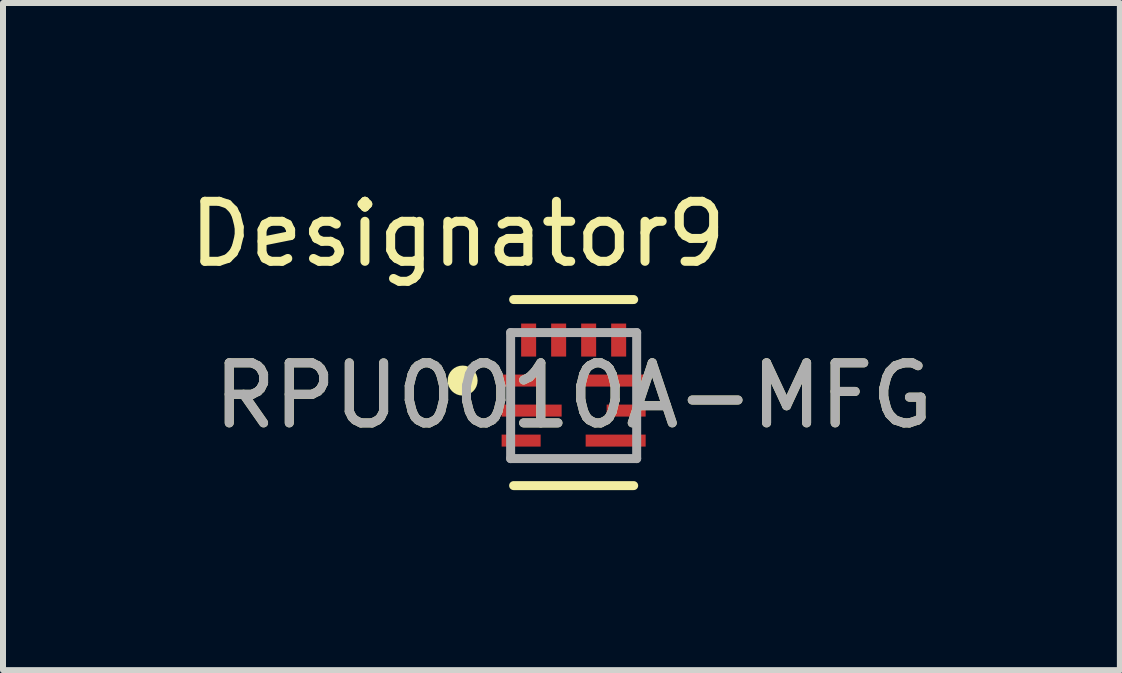
<source format=kicad_pcb>
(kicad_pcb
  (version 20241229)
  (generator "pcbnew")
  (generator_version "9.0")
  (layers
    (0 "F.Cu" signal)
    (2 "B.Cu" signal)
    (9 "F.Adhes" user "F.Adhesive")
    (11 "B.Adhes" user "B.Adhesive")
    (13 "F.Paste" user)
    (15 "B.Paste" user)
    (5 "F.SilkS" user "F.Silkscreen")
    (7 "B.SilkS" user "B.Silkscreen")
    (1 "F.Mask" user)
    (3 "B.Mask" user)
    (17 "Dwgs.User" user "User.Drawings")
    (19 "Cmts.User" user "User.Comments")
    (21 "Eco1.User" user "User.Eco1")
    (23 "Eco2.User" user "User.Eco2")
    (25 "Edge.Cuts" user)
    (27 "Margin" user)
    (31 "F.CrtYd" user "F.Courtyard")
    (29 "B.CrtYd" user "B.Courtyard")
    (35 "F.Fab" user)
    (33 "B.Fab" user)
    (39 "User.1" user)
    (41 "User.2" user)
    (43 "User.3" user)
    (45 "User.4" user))
  (footprint "RPU0010A-MFG"
    (layer "F.Cu")
    (at 6.508 3.541)
    (property "Reference" "RPU0010A-MFG" (at 0 0 0) (unlocked yes) (layer "F.SilkS") (effects (font (size 1 1) (thickness 0.15))))
    (attr smd)
    (fp_line (start -1 -1.6) (end 1 -1.6) (stroke (width 0.15) (type solid)) (layer "F.SilkS"))
    (fp_line (start -1 1.5) (end 1 1.5) (stroke (width 0.15) (type solid)) (layer "F.SilkS"))
    (fp_circle (center -1.85 -0.25) (end -1.725 -0.25) (stroke (width 0.25) (type solid)) (fill no) (layer "F.SilkS"))
    (fp_line (start -1.05 -1.05) (end 1.05 -1.05) (stroke (width 0.15) (type solid)) (layer "F.Fab"))
    (fp_line (start -1.05 1.05) (end -1.05 -1.05) (stroke (width 0.15) (type solid)) (layer "F.Fab"))
    (fp_line (start -1.05 1.05) (end 1.05 1.05) (stroke (width 0.15) (type solid)) (layer "F.Fab"))
    (fp_line (start 1.05 1.05) (end 1.05 -1.05) (stroke (width 0.15) (type solid)) (layer "F.Fab"))
    (fp_text user "Designator9" (at -1.93 -2.692 0) (unlocked yes) (layer "F.SilkS") (effects (font (size 1 1) (thickness 0.15))))
    (fp_text user "${REFERENCE}" (at 0 0 0) (unlocked yes) (layer "F.Fab") (effects (font (size 1 1) (thickness 0.15))))
    (pad "1" smd rect (at -0.875 -0.25) (size 0.65 0.2) (layers "F.Cu" "F.Mask" "F.Paste"))
    (pad "2" smd rect (at -0.7 0.25) (size 1 0.2) (layers "F.Cu" "F.Mask" "F.Paste"))
    (pad "3" smd rect (at -0.875 0.75) (size 0.65 0.2) (layers "F.Cu" "F.Mask" "F.Paste"))
    (pad "4" smd rect (at 0.7 0.75) (size 1 0.2) (layers "F.Cu" "F.Mask" "F.Paste"))
    (pad "5" smd rect (at 0.875 0.25) (size 0.65 0.2) (layers "F.Cu" "F.Mask" "F.Paste"))
    (pad "6" smd rect (at 0.7 -0.25) (size 1 0.2) (layers "F.Cu" "F.Mask" "F.Paste"))
    (pad "7" smd rect (at 0.75 -0.925) (size 0.25 0.55) (layers "F.Cu" "F.Mask" "F.Paste"))
    (pad "8" smd rect (at 0.25 -0.925) (size 0.25 0.55) (layers "F.Cu" "F.Mask" "F.Paste"))
    (pad "9" smd rect (at -0.25 -0.925) (size 0.25 0.55) (layers "F.Cu" "F.Mask" "F.Paste"))
    (pad "10" smd rect (at -0.75 -0.925) (size 0.25 0.55) (layers "F.Cu" "F.Mask" "F.Paste")))
  (gr_rect
    (start -3 -3)
    (end 15.609 8.116)
    (stroke (width 0.1) (type default))
    (fill no)
    (layer "Edge.Cuts")))
</source>
